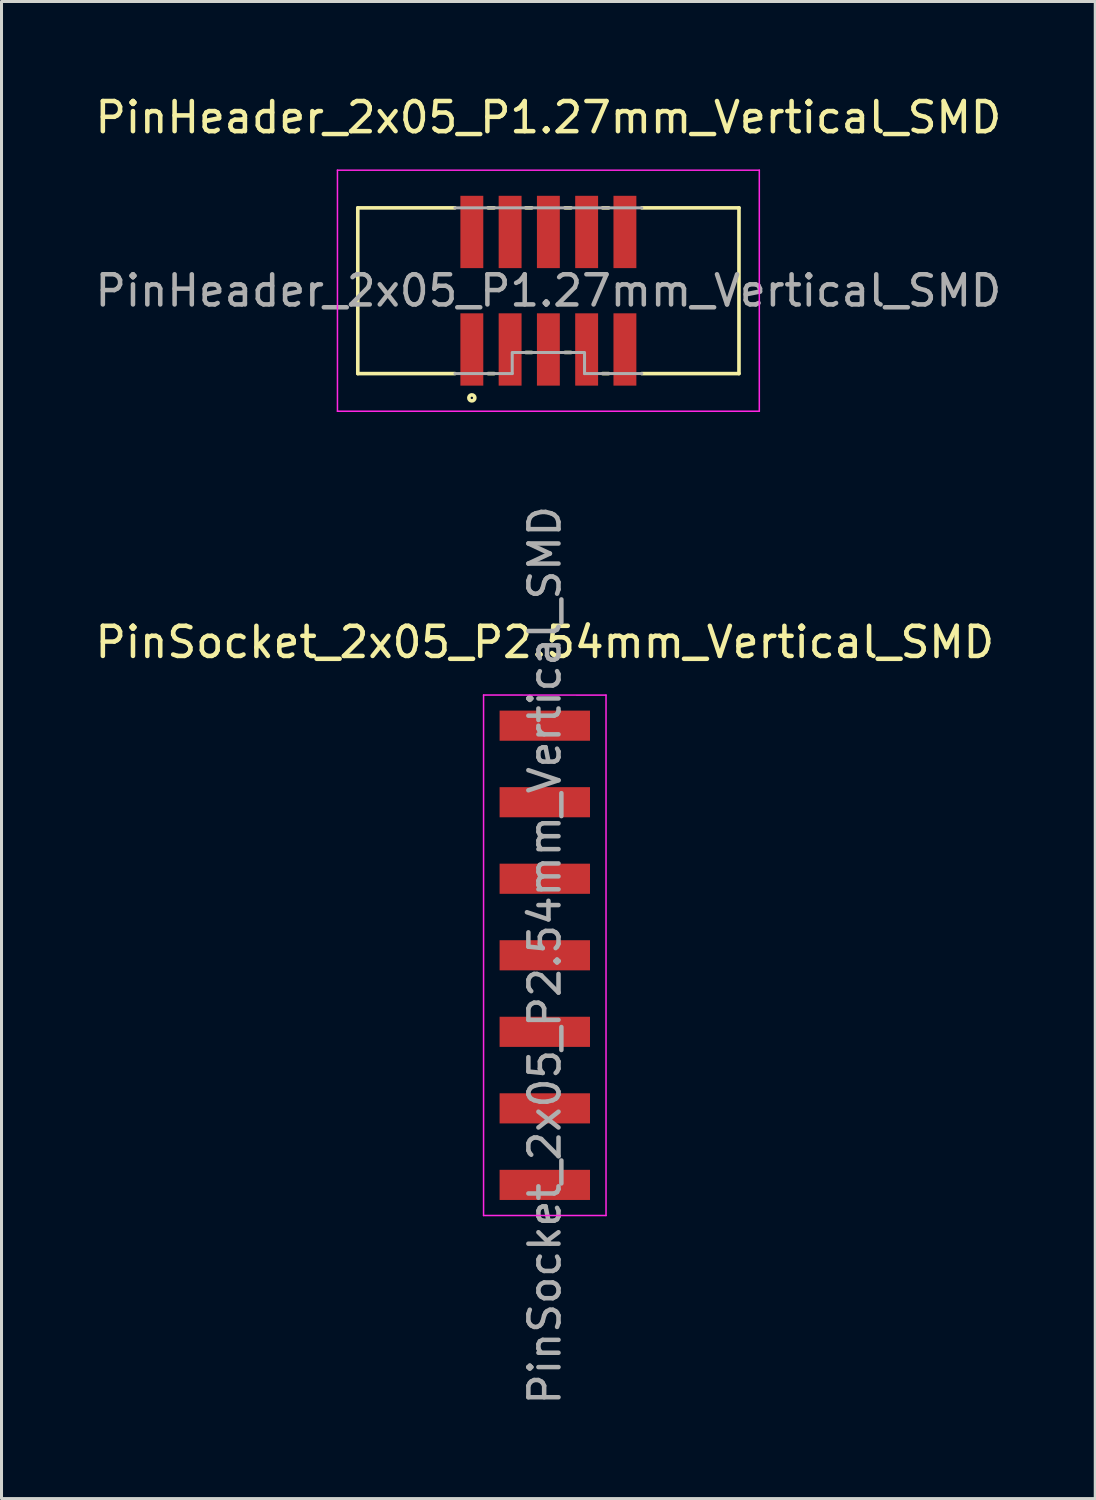
<source format=kicad_pcb>
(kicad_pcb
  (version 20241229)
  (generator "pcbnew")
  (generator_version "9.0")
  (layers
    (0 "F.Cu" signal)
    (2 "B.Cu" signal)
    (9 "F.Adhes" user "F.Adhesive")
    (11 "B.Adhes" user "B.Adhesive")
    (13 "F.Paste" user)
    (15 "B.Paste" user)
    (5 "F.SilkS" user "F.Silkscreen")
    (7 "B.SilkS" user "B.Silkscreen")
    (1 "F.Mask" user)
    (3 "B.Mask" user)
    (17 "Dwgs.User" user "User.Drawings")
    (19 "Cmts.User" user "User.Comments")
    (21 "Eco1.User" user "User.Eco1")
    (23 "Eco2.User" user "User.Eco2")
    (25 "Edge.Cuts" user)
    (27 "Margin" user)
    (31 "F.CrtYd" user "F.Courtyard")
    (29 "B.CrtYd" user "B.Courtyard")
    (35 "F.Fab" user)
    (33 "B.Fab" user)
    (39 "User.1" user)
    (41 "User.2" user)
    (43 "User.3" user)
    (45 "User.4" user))
  (footprint "PinSocket_2x05_P2.54mm_Vertical_SMD"
    (layer "F.Cu")
    (at 15.03 28.653)
    (property "Reference" "PinSocket_2x05_P2.54mm_Vertical_SMD" (at 0 -10.39 0) (layer "F.SilkS") (effects (font (size 1 1) (thickness 0.15))))
    (attr smd)
    (fp_line (start -2.032 -8.637) (end 2.032 -8.635) (stroke (width 0.05) (type solid)) (layer "F.CrtYd"))
    (fp_line (start -2.032 8.636) (end -2.032 -8.637) (stroke (width 0.05) (type solid)) (layer "F.CrtYd"))
    (fp_line (start 2.032 -8.635) (end 2.032 8.636) (stroke (width 0.05) (type solid)) (layer "F.CrtYd"))
    (fp_line (start 2.032 8.636) (end -2.032 8.636) (stroke (width 0.05) (type solid)) (layer "F.CrtYd"))
    (fp_text user "${REFERENCE}" (at 0 0 90) (layer "F.Fab") (effects (font (size 1 1) (thickness 0.15))))
    (pad "1" smd rect (at 0 -7.62) (size 3 1) (layers "F.Cu" "F.Mask" "F.Paste"))
    (pad "2" smd rect (at 0 -5.08) (size 3 1) (layers "F.Cu" "F.Mask" "F.Paste"))
    (pad "3" smd rect (at 0 -2.54) (size 3 1) (layers "F.Cu" "F.Mask" "F.Paste"))
    (pad "4" smd rect (at 0 0) (size 3 1) (layers "F.Cu" "F.Mask" "F.Paste"))
    (pad "5" smd rect (at 0 2.54) (size 3 1) (layers "F.Cu" "F.Mask" "F.Paste"))
    (pad "6" smd rect (at 0 5.08) (size 3 1) (layers "F.Cu" "F.Mask" "F.Paste"))
    (pad "7" smd rect (at 0 7.62) (size 3 1) (layers "F.Cu" "F.Mask" "F.Paste")))
  (footprint "PinHeader_2x05_P1.27mm_Vertical_SMD"
    (layer "F.Cu")
    (at 15.149 6.598)
    (property "Reference" "PinHeader_2x05_P1.27mm_Vertical_SMD" (at 0 -5.75 0) (layer "F.SilkS") (effects (font (size 1 1) (thickness 0.15))))
    (attr smd)
    (fp_line (start -6.325 -2.75) (end -6.325 2.75) (stroke (width 0.12) (type solid)) (layer "F.SilkS"))
    (fp_line (start -6.325 -2.75) (end -3.1 -2.75) (stroke (width 0.12) (type solid)) (layer "F.SilkS"))
    (fp_line (start -6.325 2.75) (end -3.1 2.75) (stroke (width 0.12) (type solid)) (layer "F.SilkS"))
    (fp_line (start -2 -2.75) (end -1.8 -2.75) (stroke (width 0.12) (type solid)) (layer "F.SilkS"))
    (fp_line (start -2 2.75) (end -1.8 2.75) (stroke (width 0.12) (type solid)) (layer "F.SilkS"))
    (fp_line (start -0.75 -2.75) (end -0.55 -2.75) (stroke (width 0.12) (type solid)) (layer "F.SilkS"))
    (fp_line (start -0.75 2.05) (end -0.55 2.05) (stroke (width 0.12) (type solid)) (layer "F.SilkS"))
    (fp_line (start 0.55 -2.75) (end 0.75 -2.75) (stroke (width 0.12) (type solid)) (layer "F.SilkS"))
    (fp_line (start 0.55 2.05) (end 0.75 2.05) (stroke (width 0.12) (type solid)) (layer "F.SilkS"))
    (fp_line (start 1.8 -2.75) (end 2 -2.75) (stroke (width 0.12) (type solid)) (layer "F.SilkS"))
    (fp_line (start 1.8 2.75) (end 2 2.75) (stroke (width 0.12) (type solid)) (layer "F.SilkS"))
    (fp_line (start 3.1 2.75) (end 6.325 2.75) (stroke (width 0.12) (type solid)) (layer "F.SilkS"))
    (fp_line (start 6.325 -2.75) (end 3.1 -2.75) (stroke (width 0.12) (type solid)) (layer "F.SilkS"))
    (fp_line (start 6.325 -2.75) (end 6.325 2.75) (stroke (width 0.12) (type solid)) (layer "F.SilkS"))
    (fp_circle (center -2.54 3.556) (end -2.44 3.556) (stroke (width 0.12) (type solid)) (fill no) (layer "F.SilkS"))
    (fp_line (start -7 -4) (end -7 4) (stroke (width 0.05) (type solid)) (layer "F.CrtYd"))
    (fp_line (start -7 4) (end 7 4) (stroke (width 0.05) (type solid)) (layer "F.CrtYd"))
    (fp_line (start 7 -4) (end -7 -4) (stroke (width 0.05) (type solid)) (layer "F.CrtYd"))
    (fp_line (start 7 4) (end 7 -4) (stroke (width 0.05) (type solid)) (layer "F.CrtYd"))
    (fp_line (start -3.1 -2.75) (end 3.1 -2.75) (stroke (width 0.1) (type solid)) (layer "F.Fab"))
    (fp_line (start -3.1 2.75) (end -1.2 2.75) (stroke (width 0.1) (type solid)) (layer "F.Fab"))
    (fp_line (start -1.2 2.05) (end -1.2 2.75) (stroke (width 0.1) (type solid)) (layer "F.Fab"))
    (fp_line (start -1.175 2.05) (end 1.175 2.05) (stroke (width 0.1) (type solid)) (layer "F.Fab"))
    (fp_line (start 1.2 2.05) (end 1.2 2.75) (stroke (width 0.1) (type solid)) (layer "F.Fab"))
    (fp_line (start 3.1 2.75) (end 1.2 2.75) (stroke (width 0.1) (type solid)) (layer "F.Fab"))
    (fp_text user "${REFERENCE}" (at 0 0 180) (layer "F.Fab") (effects (font (size 1 1) (thickness 0.15))))
    (pad "1" smd rect (at -2.54 1.95 90) (size 2.4 0.76) (layers "F.Cu" "F.Mask" "F.Paste"))
    (pad "2" smd rect (at -2.54 -1.95 90) (size 2.4 0.76) (layers "F.Cu" "F.Mask" "F.Paste"))
    (pad "3" smd rect (at -1.27 1.95 90) (size 2.4 0.76) (layers "F.Cu" "F.Mask" "F.Paste"))
    (pad "4" smd rect (at -1.27 -1.95 90) (size 2.4 0.76) (layers "F.Cu" "F.Mask" "F.Paste"))
    (pad "5" smd rect (at 0 1.95 90) (size 2.4 0.76) (layers "F.Cu" "F.Mask" "F.Paste"))
    (pad "6" smd rect (at 0 -1.95 90) (size 2.4 0.76) (layers "F.Cu" "F.Mask" "F.Paste"))
    (pad "7" smd rect (at 1.27 1.95 90) (size 2.4 0.76) (layers "F.Cu" "F.Mask" "F.Paste"))
    (pad "8" smd rect (at 1.27 -1.95 90) (size 2.4 0.76) (layers "F.Cu" "F.Mask" "F.Paste"))
    (pad "9" smd rect (at 2.54 1.95 90) (size 2.4 0.76) (layers "F.Cu" "F.Mask" "F.Paste"))
    (pad "10" smd rect (at 2.54 -1.95 90) (size 2.4 0.76) (layers "F.Cu" "F.Mask" "F.Paste")))
  (gr_rect
    (start -3 -3)
    (end 33.298 46.683)
    (stroke (width 0.1) (type default))
    (fill no)
    (layer "Edge.Cuts")))
</source>
